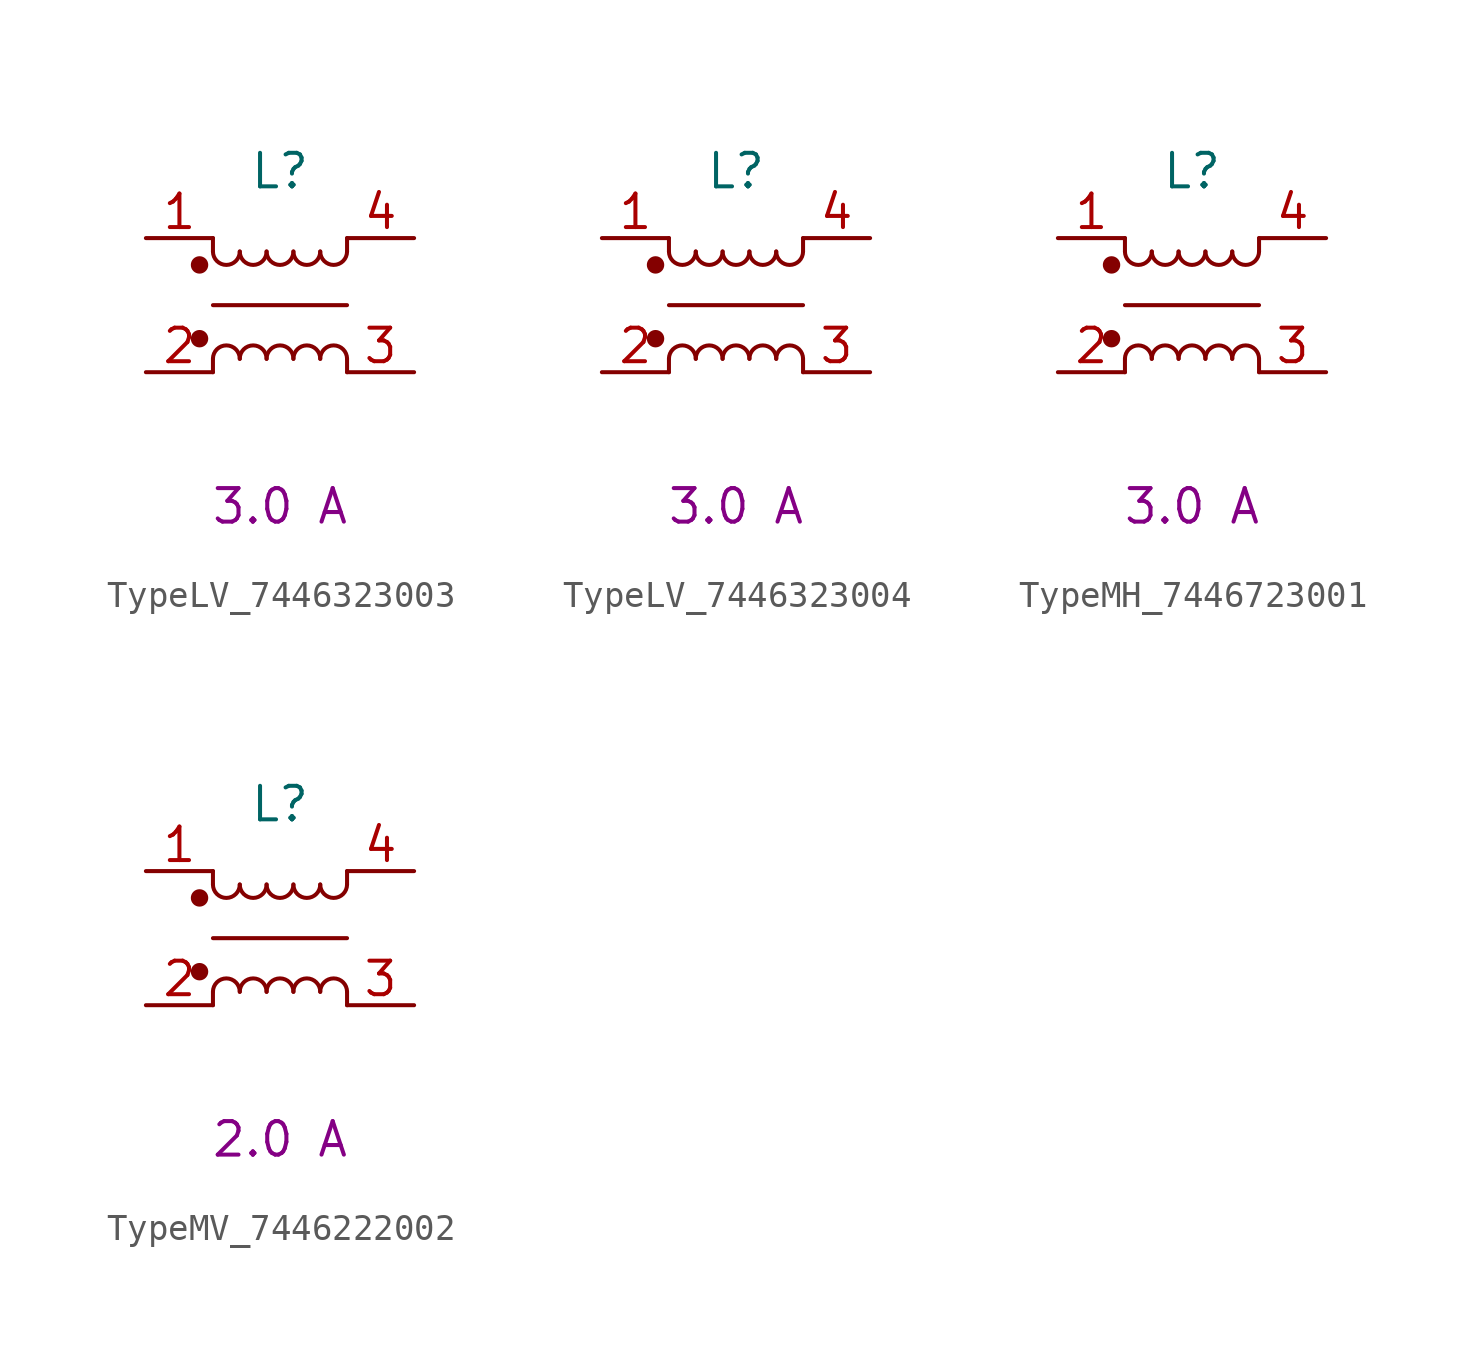
<source format=kicad_sym>
(kicad_symbol_lib
  (version 20220914)
  (generator kicad_symbol_editor)
  (symbol "TypeLV_7446323003"
    (pin_names hide)
    (property "Reference" "L"
      (at 0 5.08 0)
      (effects (font (size 1.27 1.27))))
    (property "Critical Parameter" "3.0 A"
      (at 0 -7.62 0)
      (effects (font (size 1.27 1.27))))
    (symbol "TypeLV_7446323003_0_1"
      (circle (center -3.048 -1.27) (radius 0.254) (stroke (width 0) (type default)) (fill (type outline)))
      (circle (center -3.048 1.524) (radius 0.254) (stroke (width 0) (type default)) (fill (type outline)))
      (arc (start -2.54 2.032) (mid -2.032 1.5262) (end -1.524 2.032) (stroke (width 0) (type default)) (fill (type none)))
      (arc (start -1.524 -2.032) (mid -2.032 -1.5262) (end -2.54 -2.032) (stroke (width 0) (type default)) (fill (type none)))
      (arc (start -1.524 2.032) (mid -1.016 1.5262) (end -0.508 2.032) (stroke (width 0) (type default)) (fill (type none)))
      (arc (start -0.508 -2.032) (mid -1.016 -1.5262) (end -1.524 -2.032) (stroke (width 0) (type default)) (fill (type none)))
      (arc (start -0.508 2.032) (mid 0 1.5262) (end 0.508 2.032) (stroke (width 0) (type default)) (fill (type none)))
      (polyline (pts (xy -2.54 -2.032) (xy -2.54 -2.54)) (stroke (width 0) (type default)) (fill (type none)))
      (polyline (pts (xy -2.54 2.032) (xy -2.54 2.54)) (stroke (width 0) (type default)) (fill (type none)))
      (polyline (pts (xy 2.54 -2.032) (xy 2.54 -2.54)) (stroke (width 0) (type default)) (fill (type none)))
      (polyline (pts (xy 2.54 0) (xy -2.54 0)) (stroke (width 0) (type default)) (fill (type none)))
      (polyline (pts (xy 2.54 2.54) (xy 2.54 2.032)) (stroke (width 0) (type default)) (fill (type none)))
      (arc (start 0.508 -2.032) (mid 0 -1.5262) (end -0.508 -2.032) (stroke (width 0) (type default)) (fill (type none)))
      (arc (start 0.508 2.032) (mid 1.016 1.5262) (end 1.524 2.032) (stroke (width 0) (type default)) (fill (type none)))
      (arc (start 1.524 -2.032) (mid 1.016 -1.5262) (end 0.508 -2.032) (stroke (width 0) (type default)) (fill (type none)))
      (arc (start 1.524 2.032) (mid 2.032 1.5262) (end 2.54 2.032) (stroke (width 0) (type default)) (fill (type none)))
      (arc (start 2.54 -2.032) (mid 2.032 -1.5262) (end 1.524 -2.032) (stroke (width 0) (type default)) (fill (type none))))
    (symbol "TypeLV_7446323003_1_1"
      (pin passive line (at -5.08 2.54 0) (length 2.54) (name "1" (effects (font (size 1.27 1.27)))) (number "1" (effects (font (size 1.27 1.27)))))
      (pin passive line (at -5.08 -2.54 0) (length 2.54) (name "2" (effects (font (size 1.27 1.27)))) (number "2" (effects (font (size 1.27 1.27)))))
      (pin passive line (at 5.08 -2.54 180) (length 2.54) (name "3" (effects (font (size 1.27 1.27)))) (number "3" (effects (font (size 1.27 1.27)))))
      (pin passive line (at 5.08 2.54 180) (length 2.54) (name "4" (effects (font (size 1.27 1.27)))) (number "4" (effects (font (size 1.27 1.27)))))))
  (symbol "TypeLV_7446323004"
    (pin_names hide)
    (property "Reference" "L"
      (at 0 5.08 0)
      (effects (font (size 1.27 1.27))))
    (property "Critical Parameter" "3.0 A"
      (at 0 -7.62 0)
      (effects (font (size 1.27 1.27))))
    (symbol "TypeLV_7446323004_0_1"
      (circle (center -3.048 -1.27) (radius 0.254) (stroke (width 0) (type default)) (fill (type outline)))
      (circle (center -3.048 1.524) (radius 0.254) (stroke (width 0) (type default)) (fill (type outline)))
      (arc (start -2.54 2.032) (mid -2.032 1.5262) (end -1.524 2.032) (stroke (width 0) (type default)) (fill (type none)))
      (arc (start -1.524 -2.032) (mid -2.032 -1.5262) (end -2.54 -2.032) (stroke (width 0) (type default)) (fill (type none)))
      (arc (start -1.524 2.032) (mid -1.016 1.5262) (end -0.508 2.032) (stroke (width 0) (type default)) (fill (type none)))
      (arc (start -0.508 -2.032) (mid -1.016 -1.5262) (end -1.524 -2.032) (stroke (width 0) (type default)) (fill (type none)))
      (arc (start -0.508 2.032) (mid 0 1.5262) (end 0.508 2.032) (stroke (width 0) (type default)) (fill (type none)))
      (polyline (pts (xy -2.54 -2.032) (xy -2.54 -2.54)) (stroke (width 0) (type default)) (fill (type none)))
      (polyline (pts (xy -2.54 2.032) (xy -2.54 2.54)) (stroke (width 0) (type default)) (fill (type none)))
      (polyline (pts (xy 2.54 -2.032) (xy 2.54 -2.54)) (stroke (width 0) (type default)) (fill (type none)))
      (polyline (pts (xy 2.54 0) (xy -2.54 0)) (stroke (width 0) (type default)) (fill (type none)))
      (polyline (pts (xy 2.54 2.54) (xy 2.54 2.032)) (stroke (width 0) (type default)) (fill (type none)))
      (arc (start 0.508 -2.032) (mid 0 -1.5262) (end -0.508 -2.032) (stroke (width 0) (type default)) (fill (type none)))
      (arc (start 0.508 2.032) (mid 1.016 1.5262) (end 1.524 2.032) (stroke (width 0) (type default)) (fill (type none)))
      (arc (start 1.524 -2.032) (mid 1.016 -1.5262) (end 0.508 -2.032) (stroke (width 0) (type default)) (fill (type none)))
      (arc (start 1.524 2.032) (mid 2.032 1.5262) (end 2.54 2.032) (stroke (width 0) (type default)) (fill (type none)))
      (arc (start 2.54 -2.032) (mid 2.032 -1.5262) (end 1.524 -2.032) (stroke (width 0) (type default)) (fill (type none))))
    (symbol "TypeLV_7446323004_1_1"
      (pin passive line (at -5.08 2.54 0) (length 2.54) (name "1" (effects (font (size 1.27 1.27)))) (number "1" (effects (font (size 1.27 1.27)))))
      (pin passive line (at -5.08 -2.54 0) (length 2.54) (name "2" (effects (font (size 1.27 1.27)))) (number "2" (effects (font (size 1.27 1.27)))))
      (pin passive line (at 5.08 -2.54 180) (length 2.54) (name "3" (effects (font (size 1.27 1.27)))) (number "3" (effects (font (size 1.27 1.27)))))
      (pin passive line (at 5.08 2.54 180) (length 2.54) (name "4" (effects (font (size 1.27 1.27)))) (number "4" (effects (font (size 1.27 1.27)))))))
  (symbol "TypeMH_7446723001"
    (pin_names hide)
    (property "Reference" "L"
      (at 0 5.08 0)
      (effects (font (size 1.27 1.27))))
    (property "Critical Parameter" "3.0 A"
      (at 0 -7.62 0)
      (effects (font (size 1.27 1.27))))
    (symbol "TypeMH_7446723001_0_1"
      (circle (center -3.048 -1.27) (radius 0.254) (stroke (width 0) (type default)) (fill (type outline)))
      (circle (center -3.048 1.524) (radius 0.254) (stroke (width 0) (type default)) (fill (type outline)))
      (arc (start -2.54 2.032) (mid -2.032 1.5262) (end -1.524 2.032) (stroke (width 0) (type default)) (fill (type none)))
      (arc (start -1.524 -2.032) (mid -2.032 -1.5262) (end -2.54 -2.032) (stroke (width 0) (type default)) (fill (type none)))
      (arc (start -1.524 2.032) (mid -1.016 1.5262) (end -0.508 2.032) (stroke (width 0) (type default)) (fill (type none)))
      (arc (start -0.508 -2.032) (mid -1.016 -1.5262) (end -1.524 -2.032) (stroke (width 0) (type default)) (fill (type none)))
      (arc (start -0.508 2.032) (mid 0 1.5262) (end 0.508 2.032) (stroke (width 0) (type default)) (fill (type none)))
      (polyline (pts (xy -2.54 -2.032) (xy -2.54 -2.54)) (stroke (width 0) (type default)) (fill (type none)))
      (polyline (pts (xy -2.54 2.032) (xy -2.54 2.54)) (stroke (width 0) (type default)) (fill (type none)))
      (polyline (pts (xy 2.54 -2.032) (xy 2.54 -2.54)) (stroke (width 0) (type default)) (fill (type none)))
      (polyline (pts (xy 2.54 0) (xy -2.54 0)) (stroke (width 0) (type default)) (fill (type none)))
      (polyline (pts (xy 2.54 2.54) (xy 2.54 2.032)) (stroke (width 0) (type default)) (fill (type none)))
      (arc (start 0.508 -2.032) (mid 0 -1.5262) (end -0.508 -2.032) (stroke (width 0) (type default)) (fill (type none)))
      (arc (start 0.508 2.032) (mid 1.016 1.5262) (end 1.524 2.032) (stroke (width 0) (type default)) (fill (type none)))
      (arc (start 1.524 -2.032) (mid 1.016 -1.5262) (end 0.508 -2.032) (stroke (width 0) (type default)) (fill (type none)))
      (arc (start 1.524 2.032) (mid 2.032 1.5262) (end 2.54 2.032) (stroke (width 0) (type default)) (fill (type none)))
      (arc (start 2.54 -2.032) (mid 2.032 -1.5262) (end 1.524 -2.032) (stroke (width 0) (type default)) (fill (type none))))
    (symbol "TypeMH_7446723001_1_1"
      (pin passive line (at -5.08 2.54 0) (length 2.54) (name "1" (effects (font (size 1.27 1.27)))) (number "1" (effects (font (size 1.27 1.27)))))
      (pin passive line (at -5.08 -2.54 0) (length 2.54) (name "2" (effects (font (size 1.27 1.27)))) (number "2" (effects (font (size 1.27 1.27)))))
      (pin passive line (at 5.08 -2.54 180) (length 2.54) (name "3" (effects (font (size 1.27 1.27)))) (number "3" (effects (font (size 1.27 1.27)))))
      (pin passive line (at 5.08 2.54 180) (length 2.54) (name "4" (effects (font (size 1.27 1.27)))) (number "4" (effects (font (size 1.27 1.27)))))))
  (symbol "TypeMV_7446222002"
    (pin_names hide)
    (property "Reference" "L"
      (at 0 5.08 0)
      (effects (font (size 1.27 1.27))))
    (property "Critical Parameter" "2.0 A"
      (at 0 -7.62 0)
      (effects (font (size 1.27 1.27))))
    (symbol "TypeMV_7446222002_0_1"
      (circle (center -3.048 -1.27) (radius 0.254) (stroke (width 0) (type default)) (fill (type outline)))
      (circle (center -3.048 1.524) (radius 0.254) (stroke (width 0) (type default)) (fill (type outline)))
      (arc (start -2.54 2.032) (mid -2.032 1.5262) (end -1.524 2.032) (stroke (width 0) (type default)) (fill (type none)))
      (arc (start -1.524 -2.032) (mid -2.032 -1.5262) (end -2.54 -2.032) (stroke (width 0) (type default)) (fill (type none)))
      (arc (start -1.524 2.032) (mid -1.016 1.5262) (end -0.508 2.032) (stroke (width 0) (type default)) (fill (type none)))
      (arc (start -0.508 -2.032) (mid -1.016 -1.5262) (end -1.524 -2.032) (stroke (width 0) (type default)) (fill (type none)))
      (arc (start -0.508 2.032) (mid 0 1.5262) (end 0.508 2.032) (stroke (width 0) (type default)) (fill (type none)))
      (polyline (pts (xy -2.54 -2.032) (xy -2.54 -2.54)) (stroke (width 0) (type default)) (fill (type none)))
      (polyline (pts (xy -2.54 2.032) (xy -2.54 2.54)) (stroke (width 0) (type default)) (fill (type none)))
      (polyline (pts (xy 2.54 -2.032) (xy 2.54 -2.54)) (stroke (width 0) (type default)) (fill (type none)))
      (polyline (pts (xy 2.54 0) (xy -2.54 0)) (stroke (width 0) (type default)) (fill (type none)))
      (polyline (pts (xy 2.54 2.54) (xy 2.54 2.032)) (stroke (width 0) (type default)) (fill (type none)))
      (arc (start 0.508 -2.032) (mid 0 -1.5262) (end -0.508 -2.032) (stroke (width 0) (type default)) (fill (type none)))
      (arc (start 0.508 2.032) (mid 1.016 1.5262) (end 1.524 2.032) (stroke (width 0) (type default)) (fill (type none)))
      (arc (start 1.524 -2.032) (mid 1.016 -1.5262) (end 0.508 -2.032) (stroke (width 0) (type default)) (fill (type none)))
      (arc (start 1.524 2.032) (mid 2.032 1.5262) (end 2.54 2.032) (stroke (width 0) (type default)) (fill (type none)))
      (arc (start 2.54 -2.032) (mid 2.032 -1.5262) (end 1.524 -2.032) (stroke (width 0) (type default)) (fill (type none))))
    (symbol "TypeMV_7446222002_1_1"
      (pin passive line (at -5.08 2.54 0) (length 2.54) (name "1" (effects (font (size 1.27 1.27)))) (number "1" (effects (font (size 1.27 1.27)))))
      (pin passive line (at -5.08 -2.54 0) (length 2.54) (name "2" (effects (font (size 1.27 1.27)))) (number "2" (effects (font (size 1.27 1.27)))))
      (pin passive line (at 5.08 -2.54 180) (length 2.54) (name "3" (effects (font (size 1.27 1.27)))) (number "3" (effects (font (size 1.27 1.27)))))
      (pin passive line (at 5.08 2.54 180) (length 2.54) (name "4" (effects (font (size 1.27 1.27)))) (number "4" (effects (font (size 1.27 1.27))))))))
</source>
